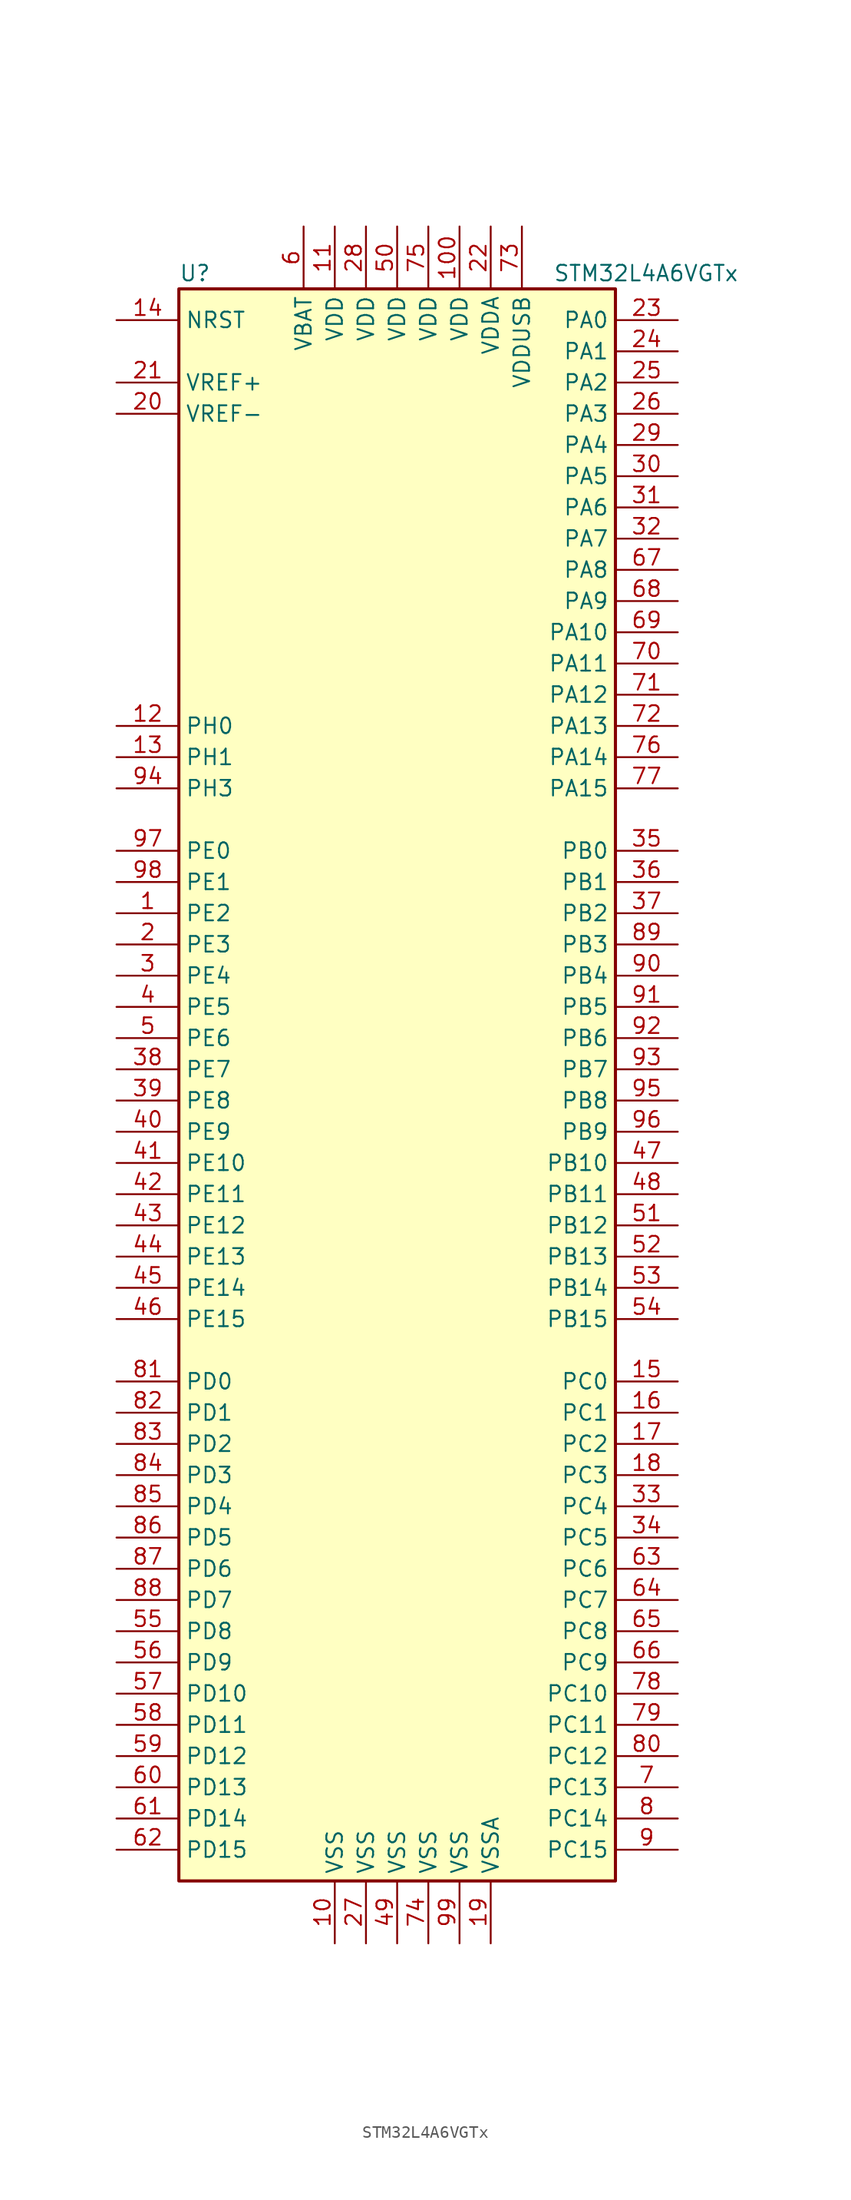
<source format=kicad_sym>
(kicad_symbol_lib
  (version 20201005)
  (generator kicad_symbol_editor)
  (symbol "STM32L4A6VGTx"
    (property "Reference" "U"
      (at -17.78 64.77 0)
      (effects (font (size 1.27 1.27)) (justify left)))
    (property "Value" "STM32L4A6VGTx"
      (at 12.7 64.77 0)
      (effects (font (size 1.27 1.27)) (justify left)))
    (symbol "STM32L4A6VGTx_0_1"
      (rectangle (start -17.78 -66.04) (end 17.78 63.5) (stroke (width 0.254)) (fill (type background))))
    (symbol "STM32L4A6VGTx_1_1"
      (pin input line (at -22.86 60.96 0) (length 5.08) (name "NRST" (effects (font (size 1.27 1.27)))) (number "14" (effects (font (size 1.27 1.27)))))
      (pin bidirectional line (at 22.86 60.96 180) (length 5.08) (name "PA0" (effects (font (size 1.27 1.27)))) (number "23" (effects (font (size 1.27 1.27)))))
      (pin bidirectional line (at 22.86 58.42 180) (length 5.08) (name "PA1" (effects (font (size 1.27 1.27)))) (number "24" (effects (font (size 1.27 1.27)))))
      (pin bidirectional line (at 22.86 35.56 180) (length 5.08) (name "PA10" (effects (font (size 1.27 1.27)))) (number "69" (effects (font (size 1.27 1.27)))))
      (pin bidirectional line (at 22.86 33.02 180) (length 5.08) (name "PA11" (effects (font (size 1.27 1.27)))) (number "70" (effects (font (size 1.27 1.27)))))
      (pin bidirectional line (at 22.86 30.48 180) (length 5.08) (name "PA12" (effects (font (size 1.27 1.27)))) (number "71" (effects (font (size 1.27 1.27)))))
      (pin bidirectional line (at 22.86 27.94 180) (length 5.08) (name "PA13" (effects (font (size 1.27 1.27)))) (number "72" (effects (font (size 1.27 1.27)))))
      (pin bidirectional line (at 22.86 25.4 180) (length 5.08) (name "PA14" (effects (font (size 1.27 1.27)))) (number "76" (effects (font (size 1.27 1.27)))))
      (pin bidirectional line (at 22.86 22.86 180) (length 5.08) (name "PA15" (effects (font (size 1.27 1.27)))) (number "77" (effects (font (size 1.27 1.27)))))
      (pin bidirectional line (at 22.86 55.88 180) (length 5.08) (name "PA2" (effects (font (size 1.27 1.27)))) (number "25" (effects (font (size 1.27 1.27)))))
      (pin bidirectional line (at 22.86 53.34 180) (length 5.08) (name "PA3" (effects (font (size 1.27 1.27)))) (number "26" (effects (font (size 1.27 1.27)))))
      (pin bidirectional line (at 22.86 50.8 180) (length 5.08) (name "PA4" (effects (font (size 1.27 1.27)))) (number "29" (effects (font (size 1.27 1.27)))))
      (pin bidirectional line (at 22.86 48.26 180) (length 5.08) (name "PA5" (effects (font (size 1.27 1.27)))) (number "30" (effects (font (size 1.27 1.27)))))
      (pin bidirectional line (at 22.86 45.72 180) (length 5.08) (name "PA6" (effects (font (size 1.27 1.27)))) (number "31" (effects (font (size 1.27 1.27)))))
      (pin bidirectional line (at 22.86 43.18 180) (length 5.08) (name "PA7" (effects (font (size 1.27 1.27)))) (number "32" (effects (font (size 1.27 1.27)))))
      (pin bidirectional line (at 22.86 40.64 180) (length 5.08) (name "PA8" (effects (font (size 1.27 1.27)))) (number "67" (effects (font (size 1.27 1.27)))))
      (pin bidirectional line (at 22.86 38.1 180) (length 5.08) (name "PA9" (effects (font (size 1.27 1.27)))) (number "68" (effects (font (size 1.27 1.27)))))
      (pin bidirectional line (at 22.86 17.78 180) (length 5.08) (name "PB0" (effects (font (size 1.27 1.27)))) (number "35" (effects (font (size 1.27 1.27)))))
      (pin bidirectional line (at 22.86 15.24 180) (length 5.08) (name "PB1" (effects (font (size 1.27 1.27)))) (number "36" (effects (font (size 1.27 1.27)))))
      (pin bidirectional line (at 22.86 -7.62 180) (length 5.08) (name "PB10" (effects (font (size 1.27 1.27)))) (number "47" (effects (font (size 1.27 1.27)))))
      (pin bidirectional line (at 22.86 -10.16 180) (length 5.08) (name "PB11" (effects (font (size 1.27 1.27)))) (number "48" (effects (font (size 1.27 1.27)))))
      (pin bidirectional line (at 22.86 -12.7 180) (length 5.08) (name "PB12" (effects (font (size 1.27 1.27)))) (number "51" (effects (font (size 1.27 1.27)))))
      (pin bidirectional line (at 22.86 -15.24 180) (length 5.08) (name "PB13" (effects (font (size 1.27 1.27)))) (number "52" (effects (font (size 1.27 1.27)))))
      (pin bidirectional line (at 22.86 -17.78 180) (length 5.08) (name "PB14" (effects (font (size 1.27 1.27)))) (number "53" (effects (font (size 1.27 1.27)))))
      (pin bidirectional line (at 22.86 -20.32 180) (length 5.08) (name "PB15" (effects (font (size 1.27 1.27)))) (number "54" (effects (font (size 1.27 1.27)))))
      (pin bidirectional line (at 22.86 12.7 180) (length 5.08) (name "PB2" (effects (font (size 1.27 1.27)))) (number "37" (effects (font (size 1.27 1.27)))))
      (pin bidirectional line (at 22.86 10.16 180) (length 5.08) (name "PB3" (effects (font (size 1.27 1.27)))) (number "89" (effects (font (size 1.27 1.27)))))
      (pin bidirectional line (at 22.86 7.62 180) (length 5.08) (name "PB4" (effects (font (size 1.27 1.27)))) (number "90" (effects (font (size 1.27 1.27)))))
      (pin bidirectional line (at 22.86 5.08 180) (length 5.08) (name "PB5" (effects (font (size 1.27 1.27)))) (number "91" (effects (font (size 1.27 1.27)))))
      (pin bidirectional line (at 22.86 2.54 180) (length 5.08) (name "PB6" (effects (font (size 1.27 1.27)))) (number "92" (effects (font (size 1.27 1.27)))))
      (pin bidirectional line (at 22.86 0 180) (length 5.08) (name "PB7" (effects (font (size 1.27 1.27)))) (number "93" (effects (font (size 1.27 1.27)))))
      (pin bidirectional line (at 22.86 -2.54 180) (length 5.08) (name "PB8" (effects (font (size 1.27 1.27)))) (number "95" (effects (font (size 1.27 1.27)))))
      (pin bidirectional line (at 22.86 -5.08 180) (length 5.08) (name "PB9" (effects (font (size 1.27 1.27)))) (number "96" (effects (font (size 1.27 1.27)))))
      (pin bidirectional line (at 22.86 -25.4 180) (length 5.08) (name "PC0" (effects (font (size 1.27 1.27)))) (number "15" (effects (font (size 1.27 1.27)))))
      (pin bidirectional line (at 22.86 -27.94 180) (length 5.08) (name "PC1" (effects (font (size 1.27 1.27)))) (number "16" (effects (font (size 1.27 1.27)))))
      (pin bidirectional line (at 22.86 -50.8 180) (length 5.08) (name "PC10" (effects (font (size 1.27 1.27)))) (number "78" (effects (font (size 1.27 1.27)))))
      (pin bidirectional line (at 22.86 -53.34 180) (length 5.08) (name "PC11" (effects (font (size 1.27 1.27)))) (number "79" (effects (font (size 1.27 1.27)))))
      (pin bidirectional line (at 22.86 -55.88 180) (length 5.08) (name "PC12" (effects (font (size 1.27 1.27)))) (number "80" (effects (font (size 1.27 1.27)))))
      (pin bidirectional line (at 22.86 -58.42 180) (length 5.08) (name "PC13" (effects (font (size 1.27 1.27)))) (number "7" (effects (font (size 1.27 1.27)))))
      (pin bidirectional line (at 22.86 -60.96 180) (length 5.08) (name "PC14" (effects (font (size 1.27 1.27)))) (number "8" (effects (font (size 1.27 1.27)))))
      (pin bidirectional line (at 22.86 -63.5 180) (length 5.08) (name "PC15" (effects (font (size 1.27 1.27)))) (number "9" (effects (font (size 1.27 1.27)))))
      (pin bidirectional line (at 22.86 -30.48 180) (length 5.08) (name "PC2" (effects (font (size 1.27 1.27)))) (number "17" (effects (font (size 1.27 1.27)))))
      (pin bidirectional line (at 22.86 -33.02 180) (length 5.08) (name "PC3" (effects (font (size 1.27 1.27)))) (number "18" (effects (font (size 1.27 1.27)))))
      (pin bidirectional line (at 22.86 -35.56 180) (length 5.08) (name "PC4" (effects (font (size 1.27 1.27)))) (number "33" (effects (font (size 1.27 1.27)))))
      (pin bidirectional line (at 22.86 -38.1 180) (length 5.08) (name "PC5" (effects (font (size 1.27 1.27)))) (number "34" (effects (font (size 1.27 1.27)))))
      (pin bidirectional line (at 22.86 -40.64 180) (length 5.08) (name "PC6" (effects (font (size 1.27 1.27)))) (number "63" (effects (font (size 1.27 1.27)))))
      (pin bidirectional line (at 22.86 -43.18 180) (length 5.08) (name "PC7" (effects (font (size 1.27 1.27)))) (number "64" (effects (font (size 1.27 1.27)))))
      (pin bidirectional line (at 22.86 -45.72 180) (length 5.08) (name "PC8" (effects (font (size 1.27 1.27)))) (number "65" (effects (font (size 1.27 1.27)))))
      (pin bidirectional line (at 22.86 -48.26 180) (length 5.08) (name "PC9" (effects (font (size 1.27 1.27)))) (number "66" (effects (font (size 1.27 1.27)))))
      (pin bidirectional line (at -22.86 -25.4 0) (length 5.08) (name "PD0" (effects (font (size 1.27 1.27)))) (number "81" (effects (font (size 1.27 1.27)))))
      (pin bidirectional line (at -22.86 -27.94 0) (length 5.08) (name "PD1" (effects (font (size 1.27 1.27)))) (number "82" (effects (font (size 1.27 1.27)))))
      (pin bidirectional line (at -22.86 -50.8 0) (length 5.08) (name "PD10" (effects (font (size 1.27 1.27)))) (number "57" (effects (font (size 1.27 1.27)))))
      (pin bidirectional line (at -22.86 -53.34 0) (length 5.08) (name "PD11" (effects (font (size 1.27 1.27)))) (number "58" (effects (font (size 1.27 1.27)))))
      (pin bidirectional line (at -22.86 -55.88 0) (length 5.08) (name "PD12" (effects (font (size 1.27 1.27)))) (number "59" (effects (font (size 1.27 1.27)))))
      (pin bidirectional line (at -22.86 -58.42 0) (length 5.08) (name "PD13" (effects (font (size 1.27 1.27)))) (number "60" (effects (font (size 1.27 1.27)))))
      (pin bidirectional line (at -22.86 -60.96 0) (length 5.08) (name "PD14" (effects (font (size 1.27 1.27)))) (number "61" (effects (font (size 1.27 1.27)))))
      (pin bidirectional line (at -22.86 -63.5 0) (length 5.08) (name "PD15" (effects (font (size 1.27 1.27)))) (number "62" (effects (font (size 1.27 1.27)))))
      (pin bidirectional line (at -22.86 -30.48 0) (length 5.08) (name "PD2" (effects (font (size 1.27 1.27)))) (number "83" (effects (font (size 1.27 1.27)))))
      (pin bidirectional line (at -22.86 -33.02 0) (length 5.08) (name "PD3" (effects (font (size 1.27 1.27)))) (number "84" (effects (font (size 1.27 1.27)))))
      (pin bidirectional line (at -22.86 -35.56 0) (length 5.08) (name "PD4" (effects (font (size 1.27 1.27)))) (number "85" (effects (font (size 1.27 1.27)))))
      (pin bidirectional line (at -22.86 -38.1 0) (length 5.08) (name "PD5" (effects (font (size 1.27 1.27)))) (number "86" (effects (font (size 1.27 1.27)))))
      (pin bidirectional line (at -22.86 -40.64 0) (length 5.08) (name "PD6" (effects (font (size 1.27 1.27)))) (number "87" (effects (font (size 1.27 1.27)))))
      (pin bidirectional line (at -22.86 -43.18 0) (length 5.08) (name "PD7" (effects (font (size 1.27 1.27)))) (number "88" (effects (font (size 1.27 1.27)))))
      (pin bidirectional line (at -22.86 -45.72 0) (length 5.08) (name "PD8" (effects (font (size 1.27 1.27)))) (number "55" (effects (font (size 1.27 1.27)))))
      (pin bidirectional line (at -22.86 -48.26 0) (length 5.08) (name "PD9" (effects (font (size 1.27 1.27)))) (number "56" (effects (font (size 1.27 1.27)))))
      (pin bidirectional line (at -22.86 17.78 0) (length 5.08) (name "PE0" (effects (font (size 1.27 1.27)))) (number "97" (effects (font (size 1.27 1.27)))))
      (pin bidirectional line (at -22.86 15.24 0) (length 5.08) (name "PE1" (effects (font (size 1.27 1.27)))) (number "98" (effects (font (size 1.27 1.27)))))
      (pin bidirectional line (at -22.86 -7.62 0) (length 5.08) (name "PE10" (effects (font (size 1.27 1.27)))) (number "41" (effects (font (size 1.27 1.27)))))
      (pin bidirectional line (at -22.86 -10.16 0) (length 5.08) (name "PE11" (effects (font (size 1.27 1.27)))) (number "42" (effects (font (size 1.27 1.27)))))
      (pin bidirectional line (at -22.86 -12.7 0) (length 5.08) (name "PE12" (effects (font (size 1.27 1.27)))) (number "43" (effects (font (size 1.27 1.27)))))
      (pin bidirectional line (at -22.86 -15.24 0) (length 5.08) (name "PE13" (effects (font (size 1.27 1.27)))) (number "44" (effects (font (size 1.27 1.27)))))
      (pin bidirectional line (at -22.86 -17.78 0) (length 5.08) (name "PE14" (effects (font (size 1.27 1.27)))) (number "45" (effects (font (size 1.27 1.27)))))
      (pin bidirectional line (at -22.86 -20.32 0) (length 5.08) (name "PE15" (effects (font (size 1.27 1.27)))) (number "46" (effects (font (size 1.27 1.27)))))
      (pin bidirectional line (at -22.86 12.7 0) (length 5.08) (name "PE2" (effects (font (size 1.27 1.27)))) (number "1" (effects (font (size 1.27 1.27)))))
      (pin bidirectional line (at -22.86 10.16 0) (length 5.08) (name "PE3" (effects (font (size 1.27 1.27)))) (number "2" (effects (font (size 1.27 1.27)))))
      (pin bidirectional line (at -22.86 7.62 0) (length 5.08) (name "PE4" (effects (font (size 1.27 1.27)))) (number "3" (effects (font (size 1.27 1.27)))))
      (pin bidirectional line (at -22.86 5.08 0) (length 5.08) (name "PE5" (effects (font (size 1.27 1.27)))) (number "4" (effects (font (size 1.27 1.27)))))
      (pin bidirectional line (at -22.86 2.54 0) (length 5.08) (name "PE6" (effects (font (size 1.27 1.27)))) (number "5" (effects (font (size 1.27 1.27)))))
      (pin bidirectional line (at -22.86 0 0) (length 5.08) (name "PE7" (effects (font (size 1.27 1.27)))) (number "38" (effects (font (size 1.27 1.27)))))
      (pin bidirectional line (at -22.86 -2.54 0) (length 5.08) (name "PE8" (effects (font (size 1.27 1.27)))) (number "39" (effects (font (size 1.27 1.27)))))
      (pin bidirectional line (at -22.86 -5.08 0) (length 5.08) (name "PE9" (effects (font (size 1.27 1.27)))) (number "40" (effects (font (size 1.27 1.27)))))
      (pin input line (at -22.86 27.94 0) (length 5.08) (name "PH0" (effects (font (size 1.27 1.27)))) (number "12" (effects (font (size 1.27 1.27)))))
      (pin input line (at -22.86 25.4 0) (length 5.08) (name "PH1" (effects (font (size 1.27 1.27)))) (number "13" (effects (font (size 1.27 1.27)))))
      (pin bidirectional line (at -22.86 22.86 0) (length 5.08) (name "PH3" (effects (font (size 1.27 1.27)))) (number "94" (effects (font (size 1.27 1.27)))))
      (pin power_in line (at -7.62 68.58 270) (length 5.08) (name "VBAT" (effects (font (size 1.27 1.27)))) (number "6" (effects (font (size 1.27 1.27)))))
      (pin power_in line (at 5.08 68.58 270) (length 5.08) (name "VDD" (effects (font (size 1.27 1.27)))) (number "100" (effects (font (size 1.27 1.27)))))
      (pin power_in line (at -5.08 68.58 270) (length 5.08) (name "VDD" (effects (font (size 1.27 1.27)))) (number "11" (effects (font (size 1.27 1.27)))))
      (pin power_in line (at -2.54 68.58 270) (length 5.08) (name "VDD" (effects (font (size 1.27 1.27)))) (number "28" (effects (font (size 1.27 1.27)))))
      (pin power_in line (at 0 68.58 270) (length 5.08) (name "VDD" (effects (font (size 1.27 1.27)))) (number "50" (effects (font (size 1.27 1.27)))))
      (pin power_in line (at 2.54 68.58 270) (length 5.08) (name "VDD" (effects (font (size 1.27 1.27)))) (number "75" (effects (font (size 1.27 1.27)))))
      (pin power_in line (at 7.62 68.58 270) (length 5.08) (name "VDDA" (effects (font (size 1.27 1.27)))) (number "22" (effects (font (size 1.27 1.27)))))
      (pin power_in line (at 10.16 68.58 270) (length 5.08) (name "VDDUSB" (effects (font (size 1.27 1.27)))) (number "73" (effects (font (size 1.27 1.27)))))
      (pin bidirectional line (at -22.86 55.88 0) (length 5.08) (name "VREF+" (effects (font (size 1.27 1.27)))) (number "21" (effects (font (size 1.27 1.27)))))
      (pin power_in line (at -22.86 53.34 0) (length 5.08) (name "VREF-" (effects (font (size 1.27 1.27)))) (number "20" (effects (font (size 1.27 1.27)))))
      (pin power_in line (at -5.08 -71.12 90) (length 5.08) (name "VSS" (effects (font (size 1.27 1.27)))) (number "10" (effects (font (size 1.27 1.27)))))
      (pin power_in line (at -2.54 -71.12 90) (length 5.08) (name "VSS" (effects (font (size 1.27 1.27)))) (number "27" (effects (font (size 1.27 1.27)))))
      (pin power_in line (at 0 -71.12 90) (length 5.08) (name "VSS" (effects (font (size 1.27 1.27)))) (number "49" (effects (font (size 1.27 1.27)))))
      (pin power_in line (at 2.54 -71.12 90) (length 5.08) (name "VSS" (effects (font (size 1.27 1.27)))) (number "74" (effects (font (size 1.27 1.27)))))
      (pin power_in line (at 5.08 -71.12 90) (length 5.08) (name "VSS" (effects (font (size 1.27 1.27)))) (number "99" (effects (font (size 1.27 1.27)))))
      (pin power_in line (at 7.62 -71.12 90) (length 5.08) (name "VSSA" (effects (font (size 1.27 1.27)))) (number "19" (effects (font (size 1.27 1.27))))))))
</source>
